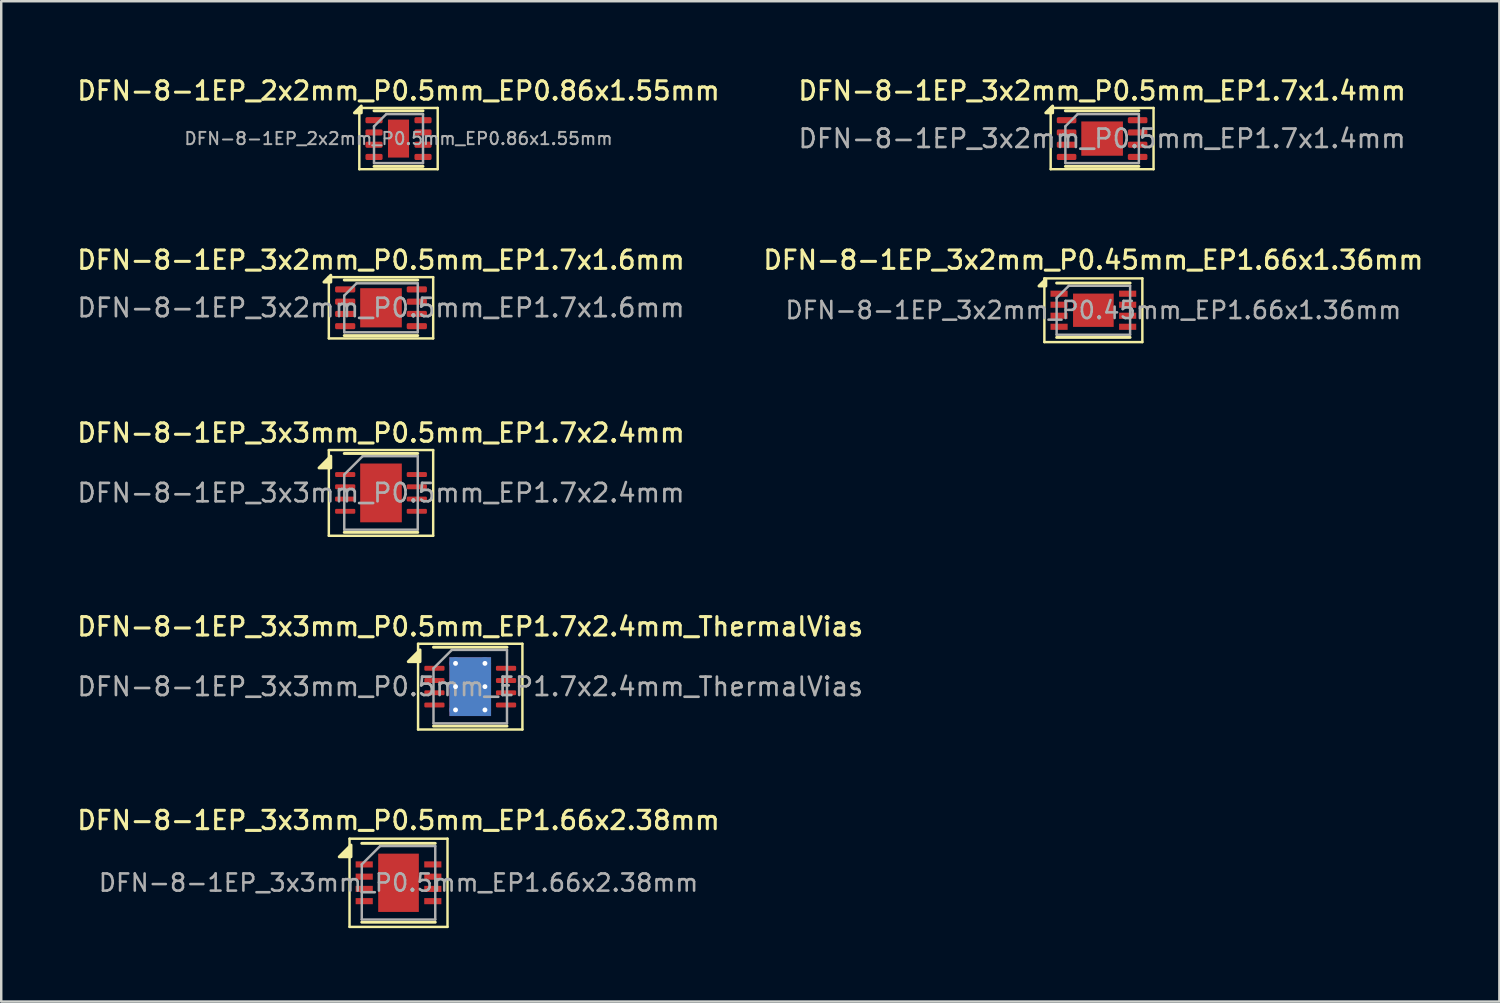
<source format=kicad_pcb>
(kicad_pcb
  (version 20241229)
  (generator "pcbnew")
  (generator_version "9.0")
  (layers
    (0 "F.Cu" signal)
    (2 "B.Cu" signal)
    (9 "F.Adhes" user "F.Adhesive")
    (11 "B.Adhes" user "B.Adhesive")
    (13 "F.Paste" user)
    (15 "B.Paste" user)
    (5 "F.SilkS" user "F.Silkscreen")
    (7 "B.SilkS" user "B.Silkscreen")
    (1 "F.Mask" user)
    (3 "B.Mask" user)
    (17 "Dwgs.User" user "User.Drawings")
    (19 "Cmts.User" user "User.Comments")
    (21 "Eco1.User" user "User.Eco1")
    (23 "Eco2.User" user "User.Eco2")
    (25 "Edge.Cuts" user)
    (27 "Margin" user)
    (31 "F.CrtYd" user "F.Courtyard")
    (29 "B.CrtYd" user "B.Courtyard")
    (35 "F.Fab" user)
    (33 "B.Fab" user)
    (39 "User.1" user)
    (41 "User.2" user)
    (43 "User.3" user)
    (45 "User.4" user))
  (footprint "DFN-8-1EP_3x3mm_P0.5mm_EP1.66x2.38mm"
    (layer "F.Cu")
    (at 13.22 32.991)
    (property "Reference" "DFN-8-1EP_3x3mm_P0.5mm_EP1.66x2.38mm" (at 0 -2.55 0) (layer "F.SilkS") (effects (font (size 0.75 0.75) (thickness 0.125))))
    (attr smd)
    (fp_line (start -2 -1.8) (end -2 1.8) (stroke (width 0.1) (type solid)) (layer "F.SilkS"))
    (fp_line (start -2 -1.8) (end 2 -1.8) (stroke (width 0.1) (type solid)) (layer "F.SilkS"))
    (fp_line (start -2 1.8) (end 2 1.8) (stroke (width 0.1) (type solid)) (layer "F.SilkS"))
    (fp_line (start -1.5 -1.61) (end 1.5 -1.61) (stroke (width 0.12) (type solid)) (layer "F.SilkS"))
    (fp_line (start -1.5 1.61) (end 1.5 1.61) (stroke (width 0.12) (type solid)) (layer "F.SilkS"))
    (fp_line (start 2 -1.8) (end 2 1.8) (stroke (width 0.1) (type solid)) (layer "F.SilkS"))
    (fp_poly (pts (xy -1.94 -1.06) (xy -2.42 -1.06) (xy -1.94 -1.54) (xy -1.94 -1.06)) (stroke (width 0.12) (type solid)) (fill yes) (layer "F.SilkS"))
    (fp_line (start -1.5 -0.75) (end -0.75 -1.5) (stroke (width 0.1) (type solid)) (layer "F.Fab"))
    (fp_line (start -1.5 1.5) (end -1.5 -0.75) (stroke (width 0.1) (type solid)) (layer "F.Fab"))
    (fp_line (start -0.75 -1.5) (end 1.5 -1.5) (stroke (width 0.1) (type solid)) (layer "F.Fab"))
    (fp_line (start 1.5 -1.5) (end 1.5 1.5) (stroke (width 0.1) (type solid)) (layer "F.Fab"))
    (fp_line (start 1.5 1.5) (end -1.5 1.5) (stroke (width 0.1) (type solid)) (layer "F.Fab"))
    (fp_text user "${REFERENCE}" (at 0 0 0) (layer "F.Fab") (effects (font (size 0.7 0.7) (thickness 0.105))))
    (pad "" smd rect (at -0.415 -0.595) (size 0.64 1) (layers "F.Paste"))
    (pad "" smd rect (at -0.415 0.595) (size 0.64 1) (layers "F.Paste"))
    (pad "" smd rect (at 0.415 -0.595) (size 0.64 1) (layers "F.Paste"))
    (pad "" smd rect (at 0.415 0.595) (size 0.64 1) (layers "F.Paste"))
    (pad "1" smd rect (at -1.4 -0.75) (size 0.7 0.25) (layers "F.Cu" "F.Mask" "F.Paste"))
    (pad "2" smd rect (at -1.4 -0.25) (size 0.7 0.25) (layers "F.Cu" "F.Mask" "F.Paste"))
    (pad "3" smd rect (at -1.4 0.25) (size 0.7 0.25) (layers "F.Cu" "F.Mask" "F.Paste"))
    (pad "4" smd rect (at -1.4 0.75) (size 0.7 0.25) (layers "F.Cu" "F.Mask" "F.Paste"))
    (pad "5" smd rect (at 1.4 0.75) (size 0.7 0.25) (layers "F.Cu" "F.Mask" "F.Paste"))
    (pad "6" smd rect (at 1.4 0.25) (size 0.7 0.25) (layers "F.Cu" "F.Mask" "F.Paste"))
    (pad "7" smd rect (at 1.4 -0.25) (size 0.7 0.25) (layers "F.Cu" "F.Mask" "F.Paste"))
    (pad "8" smd rect (at 1.4 -0.75) (size 0.7 0.25) (layers "F.Cu" "F.Mask" "F.Paste"))
    (pad "9" smd rect (at 0 0) (size 1.66 2.38) (layers "F.Cu" "F.Mask")))
  (footprint "DFN-8-1EP_2x2mm_P0.5mm_EP0.86x1.55mm"
    (layer "F.Cu")
    (at 13.22 2.608)
    (property "Reference" "DFN-8-1EP_2x2mm_P0.5mm_EP0.86x1.55mm" (at 0 -1.95 0) (layer "F.SilkS") (effects (font (size 0.75 0.75) (thickness 0.125))))
    (attr smd)
    (fp_line (start -1.6 -1.25) (end -1.6 1.25) (stroke (width 0.1) (type solid)) (layer "F.SilkS"))
    (fp_line (start -1.6 1.25) (end 1.6 1.25) (stroke (width 0.1) (type solid)) (layer "F.SilkS"))
    (fp_line (start -1 -1.135) (end 1 -1.135) (stroke (width 0.12) (type solid)) (layer "F.SilkS"))
    (fp_line (start -1 1.135) (end 1 1.135) (stroke (width 0.12) (type solid)) (layer "F.SilkS"))
    (fp_line (start 1.6 -1.25) (end -1.6 -1.25) (stroke (width 0.1) (type solid)) (layer "F.SilkS"))
    (fp_line (start 1.6 1.25) (end 1.6 -1.25) (stroke (width 0.1) (type solid)) (layer "F.SilkS"))
    (fp_poly (pts (xy -1.52 -1.05) (xy -1.8 -1.05) (xy -1.52 -1.33) (xy -1.52 -1.05)) (stroke (width 0.12) (type solid)) (fill yes) (layer "F.SilkS"))
    (fp_line (start -1 -0.5) (end -0.5 -1) (stroke (width 0.1) (type solid)) (layer "F.Fab"))
    (fp_line (start -1 1) (end -1 -0.5) (stroke (width 0.1) (type solid)) (layer "F.Fab"))
    (fp_line (start -0.5 -1) (end 1 -1) (stroke (width 0.1) (type solid)) (layer "F.Fab"))
    (fp_line (start 1 -1) (end 1 1) (stroke (width 0.1) (type solid)) (layer "F.Fab"))
    (fp_line (start 1 1) (end -1 1) (stroke (width 0.1) (type solid)) (layer "F.Fab"))
    (fp_text user "${REFERENCE}" (at 0 0 0) (layer "F.Fab") (effects (font (size 0.5 0.5) (thickness 0.08))))
    (pad "" smd roundrect (at -0.215 -0.39) (size 0.35 0.62) (layers "F.Paste") (roundrect_rratio 0.25))
    (pad "" smd roundrect (at -0.215 0.39) (size 0.35 0.62) (layers "F.Paste") (roundrect_rratio 0.25))
    (pad "" smd roundrect (at 0.215 -0.39) (size 0.35 0.62) (layers "F.Paste") (roundrect_rratio 0.25))
    (pad "" smd roundrect (at 0.215 0.39) (size 0.35 0.62) (layers "F.Paste") (roundrect_rratio 0.25))
    (pad "1" smd roundrect (at -1 -0.75) (size 0.7 0.25) (layers "F.Cu" "F.Mask" "F.Paste") (roundrect_rratio 0.25))
    (pad "2" smd roundrect (at -1 -0.25) (size 0.7 0.25) (layers "F.Cu" "F.Mask" "F.Paste") (roundrect_rratio 0.25))
    (pad "3" smd roundrect (at -1 0.25) (size 0.7 0.25) (layers "F.Cu" "F.Mask" "F.Paste") (roundrect_rratio 0.25))
    (pad "4" smd roundrect (at -1 0.75) (size 0.7 0.25) (layers "F.Cu" "F.Mask" "F.Paste") (roundrect_rratio 0.25))
    (pad "5" smd roundrect (at 1 0.75) (size 0.7 0.25) (layers "F.Cu" "F.Mask" "F.Paste") (roundrect_rratio 0.25))
    (pad "6" smd roundrect (at 1 0.25) (size 0.7 0.25) (layers "F.Cu" "F.Mask" "F.Paste") (roundrect_rratio 0.25))
    (pad "7" smd roundrect (at 1 -0.25) (size 0.7 0.25) (layers "F.Cu" "F.Mask" "F.Paste") (roundrect_rratio 0.25))
    (pad "8" smd roundrect (at 1 -0.75) (size 0.7 0.25) (layers "F.Cu" "F.Mask" "F.Paste") (roundrect_rratio 0.25))
    (pad "9" smd rect (at 0 0) (size 0.86 1.55) (property pad_prop_heatsink) (layers "F.Cu" "F.Mask")))
  (footprint "DFN-8-1EP_3x2mm_P0.5mm_EP1.7x1.4mm"
    (layer "F.Cu")
    (at 41.945 2.608)
    (property "Reference" "DFN-8-1EP_3x2mm_P0.5mm_EP1.7x1.4mm" (at 0 -1.95 0) (layer "F.SilkS") (effects (font (size 0.75 0.75) (thickness 0.125))))
    (attr smd)
    (fp_line (start -2.1 -1.25) (end -2.1 1.25) (stroke (width 0.1) (type solid)) (layer "F.SilkS"))
    (fp_line (start -2.1 1.25) (end 2.1 1.25) (stroke (width 0.1) (type solid)) (layer "F.SilkS"))
    (fp_line (start -1.5 -1.135) (end 1.5 -1.135) (stroke (width 0.12) (type solid)) (layer "F.SilkS"))
    (fp_line (start -1.5 1.135) (end 1.5 1.135) (stroke (width 0.12) (type solid)) (layer "F.SilkS"))
    (fp_line (start 2.1 -1.25) (end -2.1 -1.25) (stroke (width 0.1) (type solid)) (layer "F.SilkS"))
    (fp_line (start 2.1 1.25) (end 2.1 -1.25) (stroke (width 0.1) (type solid)) (layer "F.SilkS"))
    (fp_poly (pts (xy -2.02 -1.05) (xy -2.3 -1.05) (xy -2.02 -1.33) (xy -2.02 -1.05)) (stroke (width 0.12) (type solid)) (fill yes) (layer "F.SilkS"))
    (fp_line (start -1.5 -0.5) (end -1 -1) (stroke (width 0.1) (type solid)) (layer "F.Fab"))
    (fp_line (start -1.5 1) (end -1.5 -0.5) (stroke (width 0.1) (type solid)) (layer "F.Fab"))
    (fp_line (start -1 -1) (end 1.5 -1) (stroke (width 0.1) (type solid)) (layer "F.Fab"))
    (fp_line (start 1.5 -1) (end 1.5 1) (stroke (width 0.1) (type solid)) (layer "F.Fab"))
    (fp_line (start 1.5 1) (end -1.5 1) (stroke (width 0.1) (type solid)) (layer "F.Fab"))
    (fp_text user "${REFERENCE}" (at 0 0 0) (layer "F.Fab") (effects (font (size 0.75 0.75) (thickness 0.11))))
    (pad "" smd roundrect (at -0.425 -0.35) (size 0.69 0.56) (layers "F.Paste") (roundrect_rratio 0.25))
    (pad "" smd roundrect (at -0.425 0.35) (size 0.69 0.56) (layers "F.Paste") (roundrect_rratio 0.25))
    (pad "" smd roundrect (at 0.425 -0.35) (size 0.69 0.56) (layers "F.Paste") (roundrect_rratio 0.25))
    (pad "" smd roundrect (at 0.425 0.35) (size 0.69 0.56) (layers "F.Paste") (roundrect_rratio 0.25))
    (pad "1" smd roundrect (at -1.45 -0.75) (size 0.8 0.25) (layers "F.Cu" "F.Mask" "F.Paste") (roundrect_rratio 0.25))
    (pad "2" smd roundrect (at -1.45 -0.25) (size 0.8 0.25) (layers "F.Cu" "F.Mask" "F.Paste") (roundrect_rratio 0.25))
    (pad "3" smd roundrect (at -1.45 0.25) (size 0.8 0.25) (layers "F.Cu" "F.Mask" "F.Paste") (roundrect_rratio 0.25))
    (pad "4" smd roundrect (at -1.45 0.75) (size 0.8 0.25) (layers "F.Cu" "F.Mask" "F.Paste") (roundrect_rratio 0.25))
    (pad "5" smd roundrect (at 1.45 0.75) (size 0.8 0.25) (layers "F.Cu" "F.Mask" "F.Paste") (roundrect_rratio 0.25))
    (pad "6" smd roundrect (at 1.45 0.25) (size 0.8 0.25) (layers "F.Cu" "F.Mask" "F.Paste") (roundrect_rratio 0.25))
    (pad "7" smd roundrect (at 1.45 -0.25) (size 0.8 0.25) (layers "F.Cu" "F.Mask" "F.Paste") (roundrect_rratio 0.25))
    (pad "8" smd roundrect (at 1.45 -0.75) (size 0.8 0.25) (layers "F.Cu" "F.Mask" "F.Paste") (roundrect_rratio 0.25))
    (pad "9" smd rect (at 0 0) (size 1.7 1.4) (property pad_prop_heatsink) (layers "F.Cu" "F.Mask")))
  (footprint "DFN-8-1EP_3x3mm_P0.5mm_EP1.7x2.4mm_ThermalVias"
    (layer "F.Cu")
    (at 16.148 24.983)
    (property "Reference" "DFN-8-1EP_3x3mm_P0.5mm_EP1.7x2.4mm_ThermalVias" (at 0 -2.45 0) (layer "F.SilkS") (effects (font (size 0.75 0.75) (thickness 0.125))))
    (attr smd)
    (fp_line (start -2.13 -1.75) (end -2.13 1.75) (stroke (width 0.1) (type solid)) (layer "F.SilkS"))
    (fp_line (start -2.13 1.75) (end 2.13 1.75) (stroke (width 0.1) (type solid)) (layer "F.SilkS"))
    (fp_line (start -1.5 -1.61) (end 1.5 -1.61) (stroke (width 0.12) (type solid)) (layer "F.SilkS"))
    (fp_line (start -1.5 1.61) (end 1.5 1.61) (stroke (width 0.12) (type solid)) (layer "F.SilkS"))
    (fp_line (start 2.13 -1.75) (end -2.13 -1.75) (stroke (width 0.1) (type solid)) (layer "F.SilkS"))
    (fp_line (start 2.13 1.75) (end 2.13 -1.75) (stroke (width 0.1) (type solid)) (layer "F.SilkS"))
    (fp_poly (pts (xy -2.05 -1.02) (xy -2.53 -1.02) (xy -2.05 -1.5) (xy -2.05 -1.02)) (stroke (width 0.12) (type solid)) (fill yes) (layer "F.SilkS"))
    (fp_line (start -1.5 -0.75) (end -0.75 -1.5) (stroke (width 0.1) (type solid)) (layer "F.Fab"))
    (fp_line (start -1.5 1.5) (end -1.5 -0.75) (stroke (width 0.1) (type solid)) (layer "F.Fab"))
    (fp_line (start -0.75 -1.5) (end 1.5 -1.5) (stroke (width 0.1) (type solid)) (layer "F.Fab"))
    (fp_line (start 1.5 -1.5) (end 1.5 1.5) (stroke (width 0.1) (type solid)) (layer "F.Fab"))
    (fp_line (start 1.5 1.5) (end -1.5 1.5) (stroke (width 0.1) (type solid)) (layer "F.Fab"))
    (fp_text user "${REFERENCE}" (at 0 0 0) (layer "F.Fab") (effects (font (size 0.75 0.75) (thickness 0.11))))
    (pad "" smd roundrect (at -0.425 -0.6) (size 0.69 0.97) (layers "F.Paste") (roundrect_rratio 0.25))
    (pad "" smd roundrect (at -0.425 0.6) (size 0.69 0.97) (layers "F.Paste") (roundrect_rratio 0.25))
    (pad "" smd roundrect (at 0.425 -0.6) (size 0.69 0.97) (layers "F.Paste") (roundrect_rratio 0.25))
    (pad "" smd roundrect (at 0.425 0.6) (size 0.69 0.97) (layers "F.Paste") (roundrect_rratio 0.25))
    (pad "1" smd roundrect (at -1.462 -0.75) (size 0.825 0.2) (layers "F.Cu" "F.Mask" "F.Paste") (roundrect_rratio 0.25))
    (pad "2" smd roundrect (at -1.462 -0.25) (size 0.825 0.2) (layers "F.Cu" "F.Mask" "F.Paste") (roundrect_rratio 0.25))
    (pad "3" smd roundrect (at -1.462 0.25) (size 0.825 0.2) (layers "F.Cu" "F.Mask" "F.Paste") (roundrect_rratio 0.25))
    (pad "4" smd roundrect (at -1.462 0.75) (size 0.825 0.2) (layers "F.Cu" "F.Mask" "F.Paste") (roundrect_rratio 0.25))
    (pad "5" smd roundrect (at 1.462 0.75) (size 0.825 0.2) (layers "F.Cu" "F.Mask" "F.Paste") (roundrect_rratio 0.25))
    (pad "6" smd roundrect (at 1.462 0.25) (size 0.825 0.2) (layers "F.Cu" "F.Mask" "F.Paste") (roundrect_rratio 0.25))
    (pad "7" smd roundrect (at 1.462 -0.25) (size 0.825 0.2) (layers "F.Cu" "F.Mask" "F.Paste") (roundrect_rratio 0.25))
    (pad "8" smd roundrect (at 1.462 -0.75) (size 0.825 0.2) (layers "F.Cu" "F.Mask" "F.Paste") (roundrect_rratio 0.25))
    (pad "9" thru_hole circle (at -0.6 -0.95) (size 0.5 0.5) (drill 0.2) (property pad_prop_heatsink) (layers "*.Cu"))
    (pad "9" thru_hole circle (at -0.6 0) (size 0.5 0.5) (drill 0.2) (property pad_prop_heatsink) (layers "*.Cu"))
    (pad "9" thru_hole circle (at -0.6 0.95) (size 0.5 0.5) (drill 0.2) (property pad_prop_heatsink) (layers "*.Cu"))
    (pad "9" smd rect (at 0 0) (size 1.7 2.4) (property pad_prop_heatsink) (layers "F.Cu" "F.Mask"))
    (pad "9" smd rect (at 0 0) (size 1.7 2.4) (property pad_prop_heatsink) (layers "B.Cu"))
    (pad "9" thru_hole circle (at 0.6 -0.95) (size 0.5 0.5) (drill 0.2) (property pad_prop_heatsink) (layers "*.Cu"))
    (pad "9" thru_hole circle (at 0.6 0) (size 0.5 0.5) (drill 0.2) (property pad_prop_heatsink) (layers "*.Cu"))
    (pad "9" thru_hole circle (at 0.6 0.95) (size 0.5 0.5) (drill 0.2) (property pad_prop_heatsink) (layers "*.Cu")))
  (footprint "DFN-8-1EP_3x2mm_P0.5mm_EP1.7x1.6mm"
    (layer "F.Cu")
    (at 12.505 9.516)
    (property "Reference" "DFN-8-1EP_3x2mm_P0.5mm_EP1.7x1.6mm" (at 0 -1.95 0) (layer "F.SilkS") (effects (font (size 0.75 0.75) (thickness 0.125))))
    (attr smd)
    (fp_line (start -2.13 -1.25) (end -2.13 1.25) (stroke (width 0.1) (type solid)) (layer "F.SilkS"))
    (fp_line (start -2.13 1.25) (end 2.13 1.25) (stroke (width 0.1) (type solid)) (layer "F.SilkS"))
    (fp_line (start -1.5 -1.135) (end 1.5 -1.135) (stroke (width 0.12) (type solid)) (layer "F.SilkS"))
    (fp_line (start -1.5 1.135) (end 1.5 1.135) (stroke (width 0.12) (type solid)) (layer "F.SilkS"))
    (fp_line (start 2.13 -1.25) (end -2.13 -1.25) (stroke (width 0.1) (type solid)) (layer "F.SilkS"))
    (fp_line (start 2.13 1.25) (end 2.13 -1.25) (stroke (width 0.1) (type solid)) (layer "F.SilkS"))
    (fp_poly (pts (xy -2.05 -1.05) (xy -2.33 -1.05) (xy -2.05 -1.33) (xy -2.05 -1.05)) (stroke (width 0.12) (type solid)) (fill yes) (layer "F.SilkS"))
    (fp_line (start -1.5 -0.5) (end -1 -1) (stroke (width 0.1) (type solid)) (layer "F.Fab"))
    (fp_line (start -1.5 1) (end -1.5 -0.5) (stroke (width 0.1) (type solid)) (layer "F.Fab"))
    (fp_line (start -1 -1) (end 1.5 -1) (stroke (width 0.1) (type solid)) (layer "F.Fab"))
    (fp_line (start 1.5 -1) (end 1.5 1) (stroke (width 0.1) (type solid)) (layer "F.Fab"))
    (fp_line (start 1.5 1) (end -1.5 1) (stroke (width 0.1) (type solid)) (layer "F.Fab"))
    (fp_text user "${REFERENCE}" (at 0 0 0) (layer "F.Fab") (effects (font (size 0.75 0.75) (thickness 0.11))))
    (pad "" smd roundrect (at -0.425 -0.4) (size 0.69 0.64) (layers "F.Paste") (roundrect_rratio 0.25))
    (pad "" smd roundrect (at -0.425 0.4) (size 0.69 0.64) (layers "F.Paste") (roundrect_rratio 0.25))
    (pad "" smd roundrect (at 0.425 -0.4) (size 0.69 0.64) (layers "F.Paste") (roundrect_rratio 0.25))
    (pad "" smd roundrect (at 0.425 0.4) (size 0.69 0.64) (layers "F.Paste") (roundrect_rratio 0.25))
    (pad "1" smd roundrect (at -1.462 -0.75) (size 0.825 0.25) (layers "F.Cu" "F.Mask" "F.Paste") (roundrect_rratio 0.25))
    (pad "2" smd roundrect (at -1.462 -0.25) (size 0.825 0.25) (layers "F.Cu" "F.Mask" "F.Paste") (roundrect_rratio 0.25))
    (pad "3" smd roundrect (at -1.462 0.25) (size 0.825 0.25) (layers "F.Cu" "F.Mask" "F.Paste") (roundrect_rratio 0.25))
    (pad "4" smd roundrect (at -1.462 0.75) (size 0.825 0.25) (layers "F.Cu" "F.Mask" "F.Paste") (roundrect_rratio 0.25))
    (pad "5" smd roundrect (at 1.462 0.75) (size 0.825 0.25) (layers "F.Cu" "F.Mask" "F.Paste") (roundrect_rratio 0.25))
    (pad "6" smd roundrect (at 1.462 0.25) (size 0.825 0.25) (layers "F.Cu" "F.Mask" "F.Paste") (roundrect_rratio 0.25))
    (pad "7" smd roundrect (at 1.462 -0.25) (size 0.825 0.25) (layers "F.Cu" "F.Mask" "F.Paste") (roundrect_rratio 0.25))
    (pad "8" smd roundrect (at 1.462 -0.75) (size 0.825 0.25) (layers "F.Cu" "F.Mask" "F.Paste") (roundrect_rratio 0.25))
    (pad "9" smd rect (at 0 0) (size 1.7 1.6) (property pad_prop_heatsink) (layers "F.Cu" "F.Mask")))
  (footprint "DFN-8-1EP_3x2mm_P0.45mm_EP1.66x1.36mm"
    (layer "F.Cu")
    (at 41.588 9.616)
    (property "Reference" "DFN-8-1EP_3x2mm_P0.45mm_EP1.66x1.36mm" (at 0 -2.05 0) (layer "F.SilkS") (effects (font (size 0.75 0.75) (thickness 0.125))))
    (attr smd)
    (fp_line (start -2 -1.3) (end -2 1.3) (stroke (width 0.1) (type solid)) (layer "F.SilkS"))
    (fp_line (start -2 -1.3) (end 2 -1.3) (stroke (width 0.1) (type solid)) (layer "F.SilkS"))
    (fp_line (start -2 1.3) (end 2 1.3) (stroke (width 0.1) (type solid)) (layer "F.SilkS"))
    (fp_line (start -1.5 -1.11) (end 1.5 -1.11) (stroke (width 0.12) (type solid)) (layer "F.SilkS"))
    (fp_line (start -1.5 1.11) (end 1.5 1.11) (stroke (width 0.12) (type solid)) (layer "F.SilkS"))
    (fp_line (start 2 -1.3) (end 2 1.3) (stroke (width 0.1) (type solid)) (layer "F.SilkS"))
    (fp_poly (pts (xy -1.94 -0.99) (xy -2.22 -0.99) (xy -1.94 -1.27) (xy -1.94 -0.99)) (stroke (width 0.12) (type solid)) (fill yes) (layer "F.SilkS"))
    (fp_line (start -1.5 -0.5) (end -1 -1) (stroke (width 0.1) (type solid)) (layer "F.Fab"))
    (fp_line (start -1.5 1) (end -1.5 -0.5) (stroke (width 0.1) (type solid)) (layer "F.Fab"))
    (fp_line (start -1 -1) (end 1.5 -1) (stroke (width 0.1) (type solid)) (layer "F.Fab"))
    (fp_line (start 1.5 -1) (end 1.5 1) (stroke (width 0.1) (type solid)) (layer "F.Fab"))
    (fp_line (start 1.5 1) (end -1.5 1) (stroke (width 0.1) (type solid)) (layer "F.Fab"))
    (fp_text user "${REFERENCE}" (at 0 0 0) (layer "F.Fab") (effects (font (size 0.7 0.7) (thickness 0.105))))
    (pad "" smd rect (at -0.415 -0.34) (size 0.66 0.55) (layers "F.Paste"))
    (pad "" smd rect (at -0.415 0.34) (size 0.66 0.55) (layers "F.Paste"))
    (pad "" smd rect (at 0.415 -0.34) (size 0.66 0.55) (layers "F.Paste"))
    (pad "" smd rect (at 0.415 0.34) (size 0.66 0.55) (layers "F.Paste"))
    (pad "1" smd rect (at -1.4 -0.675) (size 0.7 0.25) (layers "F.Cu" "F.Mask" "F.Paste"))
    (pad "2" smd rect (at -1.4 -0.225) (size 0.7 0.25) (layers "F.Cu" "F.Mask" "F.Paste"))
    (pad "3" smd rect (at -1.4 0.225) (size 0.7 0.25) (layers "F.Cu" "F.Mask" "F.Paste"))
    (pad "4" smd rect (at -1.4 0.675) (size 0.7 0.25) (layers "F.Cu" "F.Mask" "F.Paste"))
    (pad "5" smd rect (at 1.4 0.675) (size 0.7 0.25) (layers "F.Cu" "F.Mask" "F.Paste"))
    (pad "6" smd rect (at 1.4 0.225) (size 0.7 0.25) (layers "F.Cu" "F.Mask" "F.Paste"))
    (pad "7" smd rect (at 1.4 -0.225) (size 0.7 0.25) (layers "F.Cu" "F.Mask" "F.Paste"))
    (pad "8" smd rect (at 1.4 -0.675) (size 0.7 0.25) (layers "F.Cu" "F.Mask" "F.Paste"))
    (pad "9" smd rect (at 0 0) (size 1.66 1.36) (layers "F.Cu" "F.Mask")))
  (footprint "DFN-8-1EP_3x3mm_P0.5mm_EP1.7x2.4mm"
    (layer "F.Cu")
    (at 12.505 17.074)
    (property "Reference" "DFN-8-1EP_3x3mm_P0.5mm_EP1.7x2.4mm" (at 0 -2.45 0) (layer "F.SilkS") (effects (font (size 0.75 0.75) (thickness 0.125))))
    (attr smd)
    (fp_line (start -2.13 -1.75) (end -2.13 1.75) (stroke (width 0.1) (type solid)) (layer "F.SilkS"))
    (fp_line (start -2.13 1.75) (end 2.13 1.75) (stroke (width 0.1) (type solid)) (layer "F.SilkS"))
    (fp_line (start -1.5 -1.61) (end 1.5 -1.61) (stroke (width 0.12) (type solid)) (layer "F.SilkS"))
    (fp_line (start -1.5 1.61) (end 1.5 1.61) (stroke (width 0.12) (type solid)) (layer "F.SilkS"))
    (fp_line (start 2.13 -1.75) (end -2.13 -1.75) (stroke (width 0.1) (type solid)) (layer "F.SilkS"))
    (fp_line (start 2.13 1.75) (end 2.13 -1.75) (stroke (width 0.1) (type solid)) (layer "F.SilkS"))
    (fp_poly (pts (xy -2.05 -1.02) (xy -2.53 -1.02) (xy -2.05 -1.5) (xy -2.05 -1.02)) (stroke (width 0.12) (type solid)) (fill yes) (layer "F.SilkS"))
    (fp_line (start -1.5 -0.75) (end -0.75 -1.5) (stroke (width 0.1) (type solid)) (layer "F.Fab"))
    (fp_line (start -1.5 1.5) (end -1.5 -0.75) (stroke (width 0.1) (type solid)) (layer "F.Fab"))
    (fp_line (start -0.75 -1.5) (end 1.5 -1.5) (stroke (width 0.1) (type solid)) (layer "F.Fab"))
    (fp_line (start 1.5 -1.5) (end 1.5 1.5) (stroke (width 0.1) (type solid)) (layer "F.Fab"))
    (fp_line (start 1.5 1.5) (end -1.5 1.5) (stroke (width 0.1) (type solid)) (layer "F.Fab"))
    (fp_text user "${REFERENCE}" (at 0 0 0) (layer "F.Fab") (effects (font (size 0.75 0.75) (thickness 0.11))))
    (pad "" smd roundrect (at 0 0) (size 1.37 1.93) (layers "F.Paste") (roundrect_rratio 0.182))
    (pad "1" smd roundrect (at -1.462 -0.75) (size 0.825 0.2) (layers "F.Cu" "F.Mask" "F.Paste") (roundrect_rratio 0.25))
    (pad "2" smd roundrect (at -1.462 -0.25) (size 0.825 0.2) (layers "F.Cu" "F.Mask" "F.Paste") (roundrect_rratio 0.25))
    (pad "3" smd roundrect (at -1.462 0.25) (size 0.825 0.2) (layers "F.Cu" "F.Mask" "F.Paste") (roundrect_rratio 0.25))
    (pad "4" smd roundrect (at -1.462 0.75) (size 0.825 0.2) (layers "F.Cu" "F.Mask" "F.Paste") (roundrect_rratio 0.25))
    (pad "5" smd roundrect (at 1.462 0.75) (size 0.825 0.2) (layers "F.Cu" "F.Mask" "F.Paste") (roundrect_rratio 0.25))
    (pad "6" smd roundrect (at 1.462 0.25) (size 0.825 0.2) (layers "F.Cu" "F.Mask" "F.Paste") (roundrect_rratio 0.25))
    (pad "7" smd roundrect (at 1.462 -0.25) (size 0.825 0.2) (layers "F.Cu" "F.Mask" "F.Paste") (roundrect_rratio 0.25))
    (pad "8" smd roundrect (at 1.462 -0.75) (size 0.825 0.2) (layers "F.Cu" "F.Mask" "F.Paste") (roundrect_rratio 0.25))
    (pad "9" smd rect (at 0 0) (size 1.7 2.4) (property pad_prop_heatsink) (layers "F.Cu" "F.Mask")))
  (gr_rect
    (start -3 -3)
    (end 58.164 37.841)
    (stroke (width 0.1) (type default))
    (fill no)
    (layer "Edge.Cuts")))
</source>
